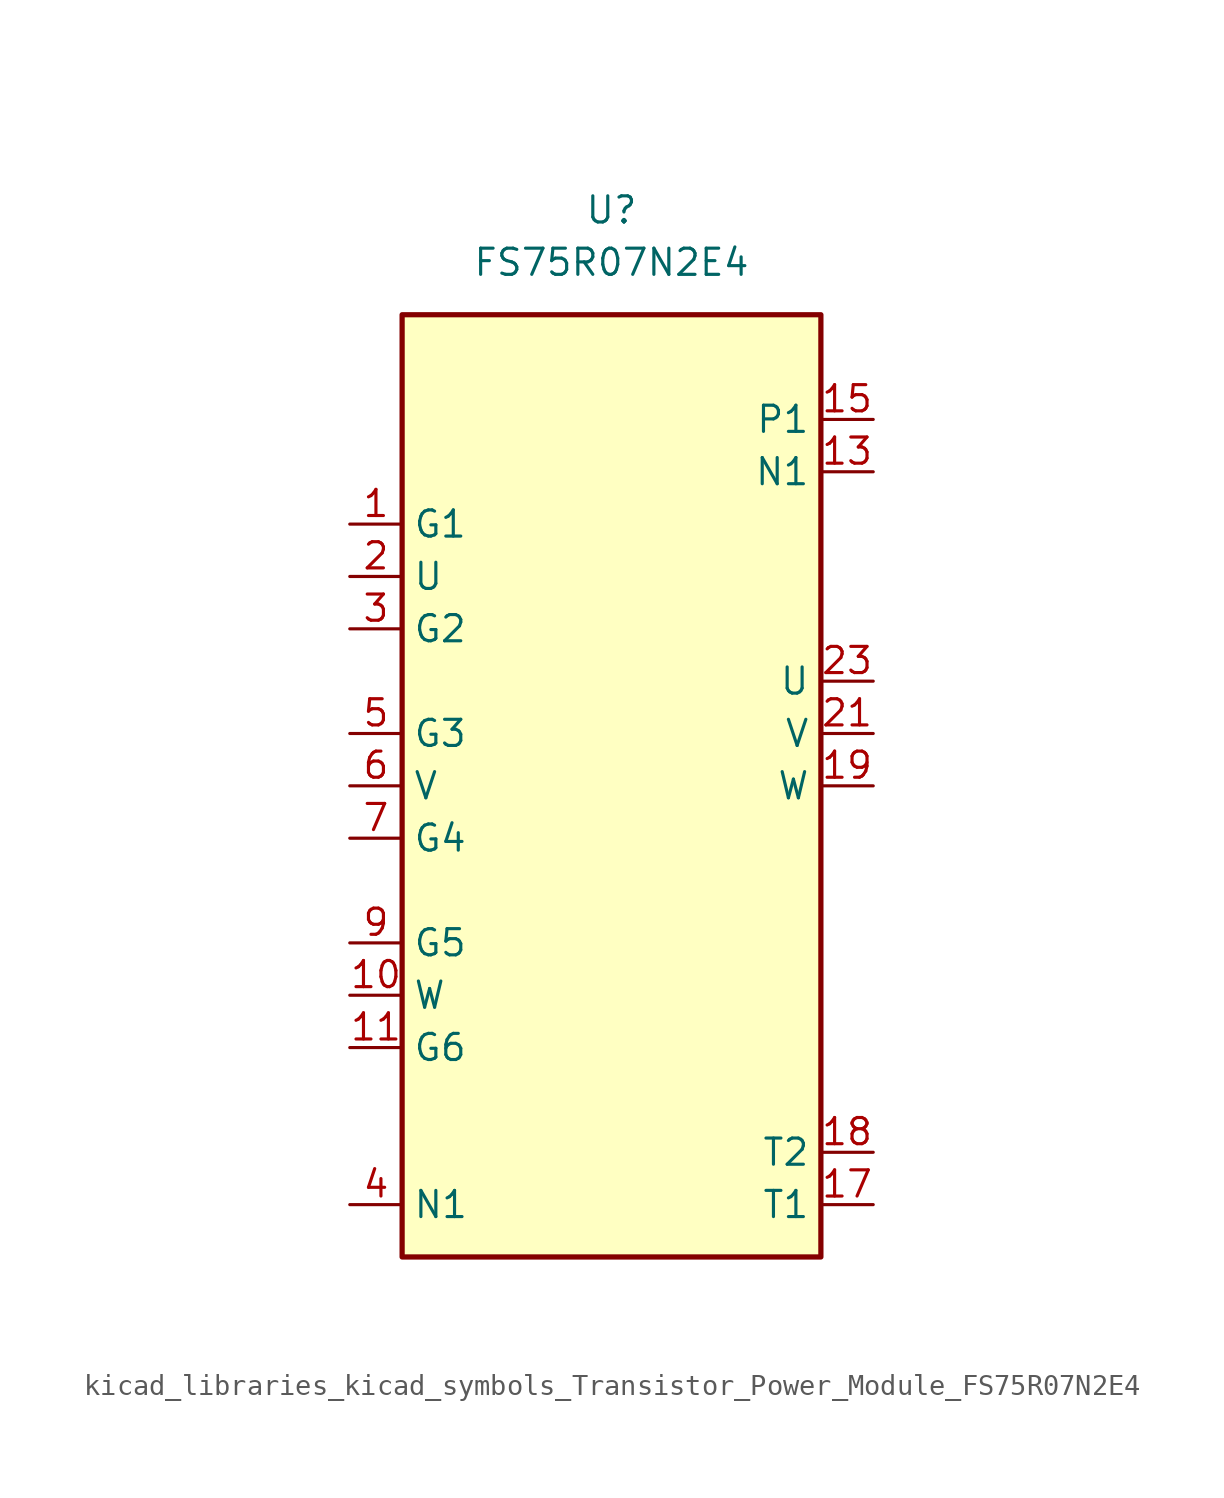
<source format=kicad_sym>
(kicad_symbol_lib
  (version 20220914)
  (generator kicad_symbol_editor)
  (symbol "kicad_libraries_kicad_symbols_Transistor_Power_Module_FS75R07N2E4"
    (property "Reference" "U"
      (at 0 25.4 0)
      (effects (font (size 1.27 1.27))))
    (property "Value" "FS75R07N2E4"
      (at 0 22.86 0)
      (effects (font (size 1.27 1.27))))
    (symbol "kicad_libraries_kicad_symbols_Transistor_Power_Module_FS75R07N2E4_0_0"
      (pin passive line (at 12.7 12.7 180) (length 2.54) (name "N1" (effects (font (size 1.27 1.27)))) (number "13" (effects (font (size 1.27 1.27)))))
      (pin passive line (at 12.7 12.7 180) (length 2.54) hide (name "N1" (effects (font (size 1.27 1.27)))) (number "14" (effects (font (size 1.27 1.27)))))
      (pin passive line (at 12.7 15.24 180) (length 2.54) (name "P1" (effects (font (size 1.27 1.27)))) (number "15" (effects (font (size 1.27 1.27)))))
      (pin passive line (at 12.7 15.24 180) (length 2.54) hide (name "P1" (effects (font (size 1.27 1.27)))) (number "16" (effects (font (size 1.27 1.27)))))
      (pin passive line (at 12.7 -22.86 180) (length 2.54) (name "T1" (effects (font (size 1.27 1.27)))) (number "17" (effects (font (size 1.27 1.27)))))
      (pin passive line (at 12.7 -20.32 180) (length 2.54) (name "T2" (effects (font (size 1.27 1.27)))) (number "18" (effects (font (size 1.27 1.27)))))
      (pin passive line (at 12.7 -2.54 180) (length 2.54) (name "W" (effects (font (size 1.27 1.27)))) (number "19" (effects (font (size 1.27 1.27)))))
      (pin passive line (at 12.7 -2.54 180) (length 2.54) hide (name "W" (effects (font (size 1.27 1.27)))) (number "20" (effects (font (size 1.27 1.27)))))
      (pin passive line (at 12.7 0 180) (length 2.54) (name "V" (effects (font (size 1.27 1.27)))) (number "21" (effects (font (size 1.27 1.27)))))
      (pin passive line (at 12.7 0 180) (length 2.54) hide (name "V" (effects (font (size 1.27 1.27)))) (number "22" (effects (font (size 1.27 1.27)))))
      (pin passive line (at 12.7 2.54 180) (length 2.54) (name "U" (effects (font (size 1.27 1.27)))) (number "23" (effects (font (size 1.27 1.27)))))
      (pin passive line (at 12.7 2.54 180) (length 2.54) hide (name "U" (effects (font (size 1.27 1.27)))) (number "24" (effects (font (size 1.27 1.27)))))
      (pin passive line (at 12.7 15.24 180) (length 2.54) hide (name "P1" (effects (font (size 1.27 1.27)))) (number "25" (effects (font (size 1.27 1.27)))))
      (pin passive line (at 12.7 15.24 180) (length 2.54) hide (name "P1" (effects (font (size 1.27 1.27)))) (number "26" (effects (font (size 1.27 1.27)))))
      (pin passive line (at 12.7 12.7 180) (length 2.54) hide (name "N1" (effects (font (size 1.27 1.27)))) (number "27" (effects (font (size 1.27 1.27)))))
      (pin passive line (at 12.7 12.7 180) (length 2.54) hide (name "N1" (effects (font (size 1.27 1.27)))) (number "28" (effects (font (size 1.27 1.27))))))
    (symbol "kicad_libraries_kicad_symbols_Transistor_Power_Module_FS75R07N2E4_1_1"
      (rectangle (start -10.16 20.32) (end 10.16 -25.4) (stroke (width 0.254) (type default)) (fill (type background)))
      (pin passive line (at -12.7 10.16 0) (length 2.54) (name "G1" (effects (font (size 1.27 1.27)))) (number "1" (effects (font (size 1.27 1.27)))))
      (pin passive line (at -12.7 -12.7 0) (length 2.54) (name "W" (effects (font (size 1.27 1.27)))) (number "10" (effects (font (size 1.27 1.27)))))
      (pin passive line (at -12.7 -15.24 0) (length 2.54) (name "G6" (effects (font (size 1.27 1.27)))) (number "11" (effects (font (size 1.27 1.27)))))
      (pin passive line (at -12.7 -22.86 0) (length 2.54) hide (name "N1" (effects (font (size 1.27 1.27)))) (number "12" (effects (font (size 1.27 1.27)))))
      (pin passive line (at -12.7 7.62 0) (length 2.54) (name "U" (effects (font (size 1.27 1.27)))) (number "2" (effects (font (size 1.27 1.27)))))
      (pin passive line (at -12.7 5.08 0) (length 2.54) (name "G2" (effects (font (size 1.27 1.27)))) (number "3" (effects (font (size 1.27 1.27)))))
      (pin passive line (at -12.7 -22.86 0) (length 2.54) (name "N1" (effects (font (size 1.27 1.27)))) (number "4" (effects (font (size 1.27 1.27)))))
      (pin passive line (at -12.7 0 0) (length 2.54) (name "G3" (effects (font (size 1.27 1.27)))) (number "5" (effects (font (size 1.27 1.27)))))
      (pin passive line (at -12.7 -2.54 0) (length 2.54) (name "V" (effects (font (size 1.27 1.27)))) (number "6" (effects (font (size 1.27 1.27)))))
      (pin passive line (at -12.7 -5.08 0) (length 2.54) (name "G4" (effects (font (size 1.27 1.27)))) (number "7" (effects (font (size 1.27 1.27)))))
      (pin passive line (at -12.7 -22.86 0) (length 2.54) hide (name "N1" (effects (font (size 1.27 1.27)))) (number "8" (effects (font (size 1.27 1.27)))))
      (pin passive line (at -12.7 -10.16 0) (length 2.54) (name "G5" (effects (font (size 1.27 1.27)))) (number "9" (effects (font (size 1.27 1.27))))))))
</source>
